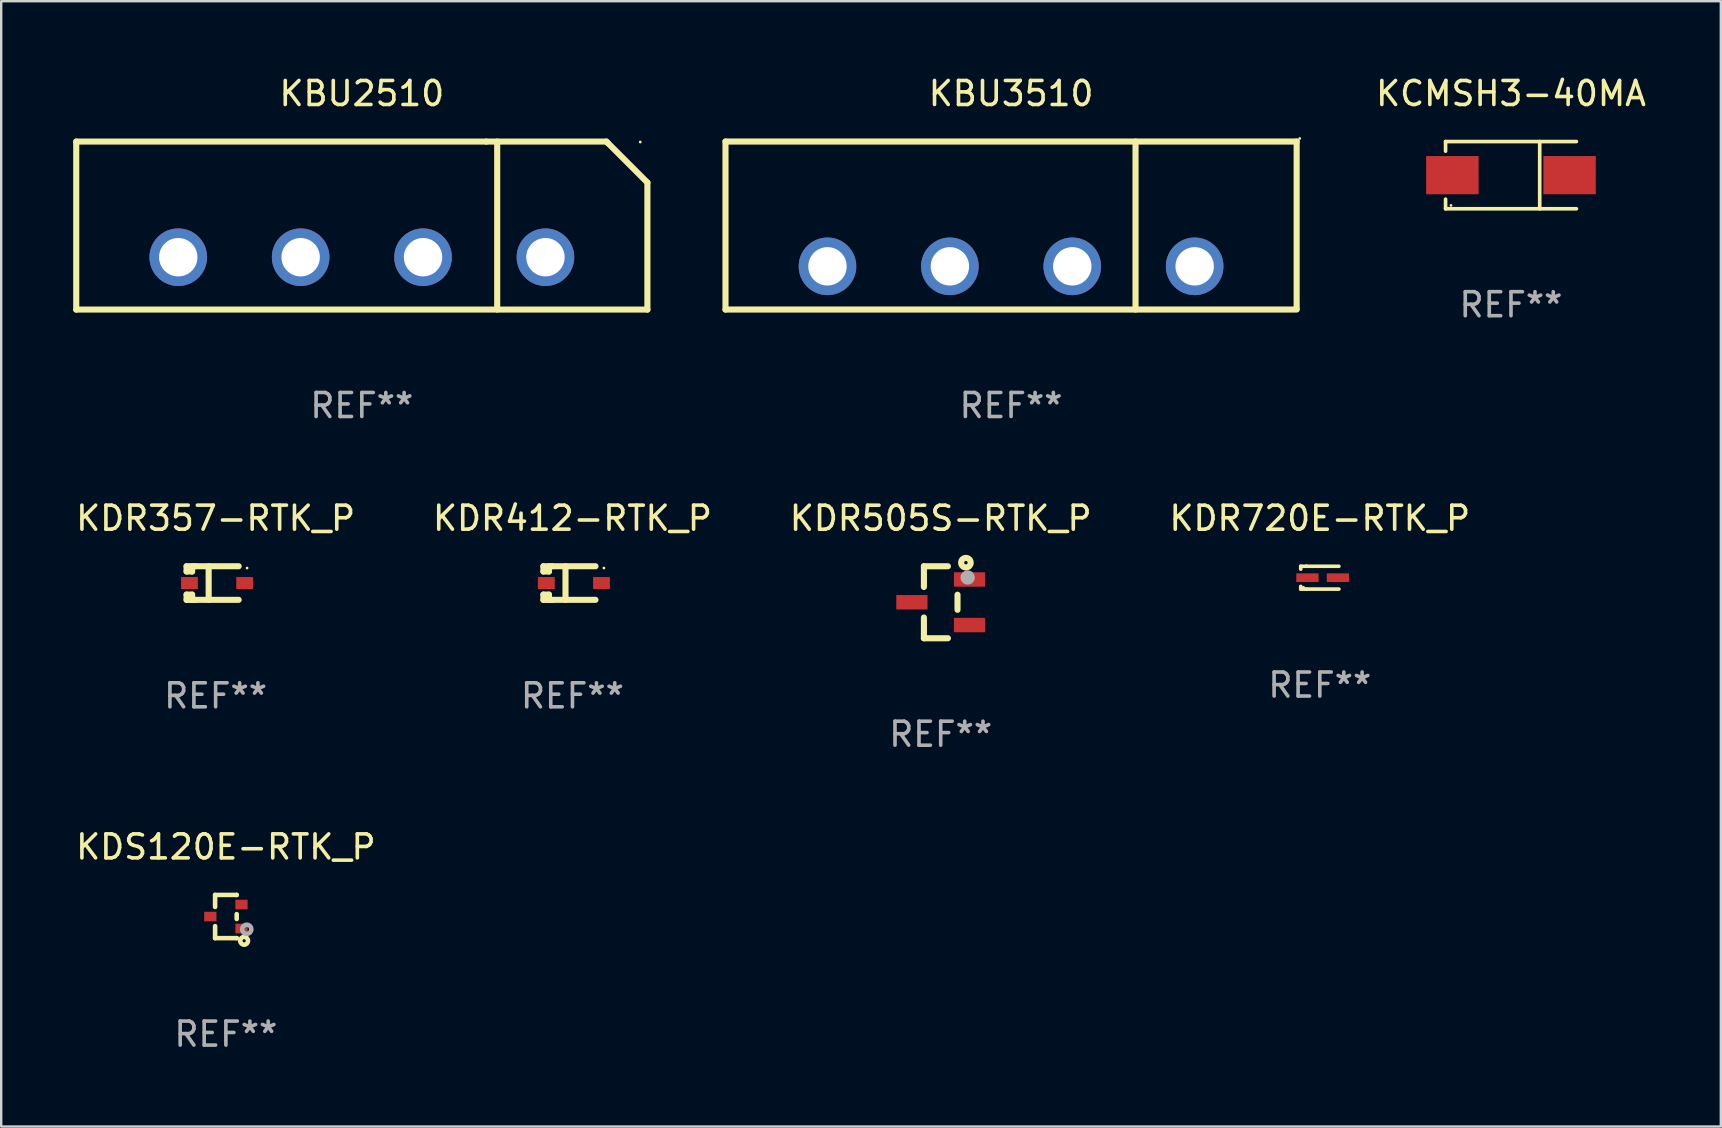
<source format=kicad_pcb>
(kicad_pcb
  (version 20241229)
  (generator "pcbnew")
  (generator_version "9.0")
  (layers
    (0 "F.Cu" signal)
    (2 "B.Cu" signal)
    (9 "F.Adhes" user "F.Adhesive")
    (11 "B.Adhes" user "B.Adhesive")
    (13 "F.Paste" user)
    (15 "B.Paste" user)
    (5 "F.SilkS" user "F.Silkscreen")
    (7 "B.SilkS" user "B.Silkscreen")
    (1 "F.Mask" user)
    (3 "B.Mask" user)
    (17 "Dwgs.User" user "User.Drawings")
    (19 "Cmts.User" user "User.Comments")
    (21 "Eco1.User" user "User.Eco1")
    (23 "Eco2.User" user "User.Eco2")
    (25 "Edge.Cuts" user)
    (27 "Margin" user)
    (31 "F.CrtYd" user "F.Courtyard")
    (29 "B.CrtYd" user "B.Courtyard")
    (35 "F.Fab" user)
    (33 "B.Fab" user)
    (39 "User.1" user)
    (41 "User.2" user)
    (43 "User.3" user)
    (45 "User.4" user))
  (footprint "KBU3510"
    (layer "F.Cu")
    (at 39.081 6.348)
    (property "Reference" "KBU3510" (at 0 -5.5 0) (layer "F.SilkS") (effects (font (size 1 1) (thickness 0.15))))
    (attr through_hole)
    (fp_line (start -11.9 -3.5) (end -11.9 3.5) (stroke (width 0.254) (type solid)) (layer "F.SilkS"))
    (fp_line (start -11.9 -3.5) (end 11.9 -3.5) (stroke (width 0.254) (type solid)) (layer "F.SilkS"))
    (fp_line (start -11.9 3.5) (end 11.9 3.5) (stroke (width 0.254) (type solid)) (layer "F.SilkS"))
    (fp_line (start 5.186 -3.5) (end 5.186 3.5) (stroke (width 0.254) (type solid)) (layer "F.SilkS"))
    (fp_line (start 11.9 -3.5) (end 11.9 3.478) (stroke (width 0.254) (type solid)) (layer "F.SilkS"))
    (fp_circle (center 12.027 -3.627) (end 12.057 -3.627) (stroke (width 0.06) (type solid)) (fill no) (layer "F.SilkS"))
    (fp_text user "-" (at -8.509 0.049 0) (layer "B.Mask") (effects (font (size 1 1) (thickness 0.15))))
    (fp_text user "&#126;" (at -3.43 -0.131 0) (layer "B.Mask") (effects (font (size 1 1) (thickness 0.15))))
    (fp_text user "+" (at 6.731 -0.086 0) (layer "B.Mask") (effects (font (size 1 1) (thickness 0.15))))
    (fp_text user "&#126;" (at 1.651 -0.131 0) (layer "B.Mask") (effects (font (size 1 1) (thickness 0.15))))
    (fp_text user "REF**" (at 0 7.5 0) (layer "F.Fab") (effects (font (size 1 1) (thickness 0.15))))
    (pad "1" thru_hole circle (at 7.65 1.7) (size 2.4 2.4) (drill 1.6) (layers "*.Cu" "*.Mask"))
    (pad "2" thru_hole circle (at 2.55 1.7) (size 2.4 2.4) (drill 1.6) (layers "*.Cu" "*.Mask"))
    (pad "3" thru_hole circle (at -2.55 1.7) (size 2.4 2.4) (drill 1.6) (layers "*.Cu" "*.Mask"))
    (pad "4" thru_hole circle (at -7.65 1.7) (size 2.4 2.4) (drill 1.6) (layers "*.Cu" "*.Mask")))
  (footprint "KDR412-RTK_P"
    (layer "F.Cu")
    (at 20.804 21.246)
    (property "Reference" "KDR412-RTK_P" (at 0 -2.701 0) (layer "F.SilkS") (effects (font (size 1 1) (thickness 0.15))))
    (attr through_hole)
    (fp_line (start -1.21 -0.701) (end -1.21 -0.482) (stroke (width 0.254) (type solid)) (layer "F.SilkS"))
    (fp_line (start -1.21 0.48) (end -1.21 0.701) (stroke (width 0.254) (type solid)) (layer "F.SilkS"))
    (fp_line (start -1.21 0.48) (end -0.98 0.48) (stroke (width 0.254) (type solid)) (layer "F.SilkS"))
    (fp_line (start -1.21 0.701) (end -0.839 0.701) (stroke (width 0.254) (type solid)) (layer "F.SilkS"))
    (fp_line (start -0.98 -0.701) (end -0.98 -0.482) (stroke (width 0.254) (type solid)) (layer "F.SilkS"))
    (fp_line (start -0.98 -0.482) (end -1.21 -0.482) (stroke (width 0.254) (type solid)) (layer "F.SilkS"))
    (fp_line (start -0.98 0.481) (end -0.98 0.701) (stroke (width 0.254) (type solid)) (layer "F.SilkS"))
    (fp_line (start -0.84 -0.701) (end -1.21 -0.701) (stroke (width 0.254) (type solid)) (layer "F.SilkS"))
    (fp_line (start -0.84 -0.701) (end 0.96 -0.701) (stroke (width 0.254) (type solid)) (layer "F.SilkS"))
    (fp_line (start -0.84 0.699) (end 0.96 0.699) (stroke (width 0.254) (type solid)) (layer "F.SilkS"))
    (fp_line (start -0.29 0.699) (end -0.29 -0.701) (stroke (width 0.254) (type solid)) (layer "F.SilkS"))
    (fp_circle (center 1.31 -0.626) (end 1.34 -0.626) (stroke (width 0.06) (type solid)) (fill no) (layer "F.SilkS"))
    (fp_text user "REF**" (at 0 4.701 0) (layer "F.Fab") (effects (font (size 1 1) (thickness 0.15))))
    (pad "1" smd rect (at 1.21 -0.001 180) (size 0.7 0.5) (layers "F.Cu" "F.Mask" "F.Paste"))
    (pad "2" smd rect (at -1.09 -0.001 180) (size 0.7 0.5) (layers "F.Cu" "F.Mask" "F.Paste")))
  (footprint "KCMSH3-40MA"
    (layer "F.Cu")
    (at 59.912 4.249)
    (property "Reference" "KCMSH3-40MA" (at 0 -3.401 0) (layer "F.SilkS") (effects (font (size 1 1) (thickness 0.15))))
    (attr through_hole)
    (fp_line (start -2.726 -1.401) (end -2.726 -1) (stroke (width 0.152) (type solid)) (layer "F.SilkS"))
    (fp_line (start -2.726 1.401) (end -2.726 1) (stroke (width 0.152) (type solid)) (layer "F.SilkS"))
    (fp_line (start 1.197 1.401) (end 1.197 -1.401) (stroke (width 0.152) (type solid)) (layer "F.SilkS"))
    (fp_line (start 2.726 -1.401) (end -2.726 -1.401) (stroke (width 0.152) (type solid)) (layer "F.SilkS"))
    (fp_line (start 2.726 1.401) (end -2.726 1.401) (stroke (width 0.152) (type solid)) (layer "F.SilkS"))
    (fp_circle (center -2.5 1.26) (end -2.47 1.26) (stroke (width 0.06) (type solid)) (fill no) (layer "F.SilkS"))
    (fp_text user "REF**" (at 0 5.401 0) (layer "F.Fab") (effects (font (size 1 1) (thickness 0.15))))
    (pad "1" smd rect (at -2.442 0) (size 2.185 1.593) (layers "F.Cu" "F.Mask" "F.Paste"))
    (pad "2" smd rect (at 2.442 0) (size 2.185 1.593) (layers "F.Cu" "F.Mask" "F.Paste")))
  (footprint "KDR720E-RTK_P"
    (layer "F.Cu")
    (at 51.946 21.022)
    (property "Reference" "KDR720E-RTK_P" (at 0 -2.476 0) (layer "F.SilkS") (effects (font (size 1 1) (thickness 0.15))))
    (attr through_hole)
    (fp_line (start -0.795 -0.476) (end -0.795 -0.356) (stroke (width 0.152) (type solid)) (layer "F.SilkS"))
    (fp_line (start -0.795 0.363) (end -0.795 0.476) (stroke (width 0.152) (type solid)) (layer "F.SilkS"))
    (fp_line (start -0.795 0.476) (end -0.557 0.476) (stroke (width 0.152) (type solid)) (layer "F.SilkS"))
    (fp_line (start -0.557 -0.476) (end -0.795 -0.476) (stroke (width 0.152) (type solid)) (layer "F.SilkS"))
    (fp_line (start -0.557 -0.476) (end 0.795 -0.476) (stroke (width 0.152) (type solid)) (layer "F.SilkS"))
    (fp_line (start -0.557 0.476) (end 0.795 0.476) (stroke (width 0.152) (type solid)) (layer "F.SilkS"))
    (fp_circle (center -0.681 0.4) (end -0.651 0.4) (stroke (width 0.06) (type solid)) (fill no) (layer "F.SilkS"))
    (fp_text user "REF**" (at 0 4.476 0) (layer "F.Fab") (effects (font (size 1 1) (thickness 0.15))))
    (pad "1" smd rect (at -0.516 0 180) (size 0.93 0.36) (layers "F.Cu" "F.Mask" "F.Paste"))
    (pad "2" smd rect (at 0.754 0 180) (size 0.93 0.36) (layers "F.Cu" "F.Mask" "F.Paste")))
  (footprint "KDR357-RTK_P"
    (layer "F.Cu")
    (at 5.935 21.246)
    (property "Reference" "KDR357-RTK_P" (at 0 -2.701 0) (layer "F.SilkS") (effects (font (size 1 1) (thickness 0.15))))
    (attr through_hole)
    (fp_line (start -1.21 -0.701) (end -1.21 -0.482) (stroke (width 0.254) (type solid)) (layer "F.SilkS"))
    (fp_line (start -1.21 0.48) (end -1.21 0.701) (stroke (width 0.254) (type solid)) (layer "F.SilkS"))
    (fp_line (start -1.21 0.48) (end -0.98 0.48) (stroke (width 0.254) (type solid)) (layer "F.SilkS"))
    (fp_line (start -1.21 0.701) (end -0.839 0.701) (stroke (width 0.254) (type solid)) (layer "F.SilkS"))
    (fp_line (start -0.98 -0.701) (end -0.98 -0.482) (stroke (width 0.254) (type solid)) (layer "F.SilkS"))
    (fp_line (start -0.98 -0.482) (end -1.21 -0.482) (stroke (width 0.254) (type solid)) (layer "F.SilkS"))
    (fp_line (start -0.98 0.481) (end -0.98 0.701) (stroke (width 0.254) (type solid)) (layer "F.SilkS"))
    (fp_line (start -0.84 -0.701) (end -1.21 -0.701) (stroke (width 0.254) (type solid)) (layer "F.SilkS"))
    (fp_line (start -0.84 -0.701) (end 0.96 -0.701) (stroke (width 0.254) (type solid)) (layer "F.SilkS"))
    (fp_line (start -0.84 0.699) (end 0.96 0.699) (stroke (width 0.254) (type solid)) (layer "F.SilkS"))
    (fp_line (start -0.29 0.699) (end -0.29 -0.701) (stroke (width 0.254) (type solid)) (layer "F.SilkS"))
    (fp_circle (center 1.31 -0.626) (end 1.34 -0.626) (stroke (width 0.06) (type solid)) (fill no) (layer "F.SilkS"))
    (fp_text user "REF**" (at 0 4.701 0) (layer "F.Fab") (effects (font (size 1 1) (thickness 0.15))))
    (pad "1" smd rect (at 1.21 -0.001 180) (size 0.7 0.5) (layers "F.Cu" "F.Mask" "F.Paste"))
    (pad "2" smd rect (at -1.09 -0.001 180) (size 0.7 0.5) (layers "F.Cu" "F.Mask" "F.Paste")))
  (footprint "KDR505S-RTK_P"
    (layer "F.Cu")
    (at 36.149 22.046)
    (property "Reference" "KDR505S-RTK_P" (at 0 -3.5 0) (layer "F.SilkS") (effects (font (size 1 1) (thickness 0.15))))
    (attr through_hole)
    (fp_line (start -0.7 -1.5) (end 0.3 -1.5) (stroke (width 0.254) (type solid)) (layer "F.SilkS"))
    (fp_line (start -0.7 -0.636) (end -0.7 -1.5) (stroke (width 0.254) (type solid)) (layer "F.SilkS"))
    (fp_line (start -0.7 1.5) (end -0.7 0.636) (stroke (width 0.254) (type solid)) (layer "F.SilkS"))
    (fp_line (start -0.7 1.5) (end 0.3 1.5) (stroke (width 0.254) (type solid)) (layer "F.SilkS"))
    (fp_line (start 0.7 0.314) (end 0.7 -0.314) (stroke (width 0.254) (type solid)) (layer "F.SilkS"))
    (fp_circle (center 1.05 -1.65) (end 1.122 -1.65) (stroke (width 0.254) (type solid)) (fill no) (layer "F.SilkS"))
    (fp_circle (center 1.2 -1.45) (end 1.23 -1.45) (stroke (width 0.06) (type solid)) (fill no) (layer "F.SilkS"))
    (fp_circle (center 1.123 -1.032) (end 1.273 -1.032) (stroke (width 0.3) (type solid)) (fill no) (layer "F.Fab"))
    (fp_text user "REF**" (at 0 5.5 0) (layer "F.Fab") (effects (font (size 1 1) (thickness 0.15))))
    (pad "1" smd rect (at 1.2 -0.95 180) (size 1.3 0.6) (layers "F.Cu" "F.Mask" "F.Paste"))
    (pad "2" smd rect (at 1.2 0.95 180) (size 1.3 0.6) (layers "F.Cu" "F.Mask" "F.Paste"))
    (pad "3" smd rect (at -1.2 -0.000051 180) (size 1.3 0.6) (layers "F.Cu" "F.Mask" "F.Paste")))
  (footprint "KDS120E-RTK_P"
    (layer "F.Cu")
    (at 6.363 35.142)
    (property "Reference" "KDS120E-RTK_P" (at 0 -2.9 0) (layer "F.SilkS") (effects (font (size 1 1) (thickness 0.15))))
    (attr through_hole)
    (fp_line (start -0.45 -0.9) (end 0.45 -0.9) (stroke (width 0.19) (type solid)) (layer "F.SilkS"))
    (fp_line (start -0.45 -0.399) (end -0.45 -0.9) (stroke (width 0.19) (type solid)) (layer "F.SilkS"))
    (fp_line (start -0.45 0.9) (end -0.45 0.399) (stroke (width 0.19) (type solid)) (layer "F.SilkS"))
    (fp_line (start -0.45 0.9) (end 0.45 0.9) (stroke (width 0.19) (type solid)) (layer "F.SilkS"))
    (fp_line (start 0.45 -0.899) (end 0.45 -0.9) (stroke (width 0.19) (type solid)) (layer "F.SilkS"))
    (fp_line (start 0.45 0.101) (end 0.45 -0.101) (stroke (width 0.19) (type solid)) (layer "F.SilkS"))
    (fp_line (start 0.45 0.9) (end 0.45 0.899) (stroke (width 0.19) (type solid)) (layer "F.SilkS"))
    (fp_circle (center 0.76 1.01) (end 0.827 1.01) (stroke (width 0.19) (type solid)) (fill no) (layer "F.SilkS"))
    (fp_circle (center 0.8 0.8) (end 0.81 0.8) (stroke (width 0.02) (type solid)) (fill no) (layer "F.SilkS"))
    (fp_circle (center 0.87 0.53) (end 0.964 0.53) (stroke (width 0.19) (type solid)) (fill no) (layer "F.Fab"))
    (fp_text user "REF**" (at 0 4.9 0) (layer "F.Fab") (effects (font (size 1 1) (thickness 0.15))))
    (pad "1" smd rect (at 0.65 0.5 90) (size 0.4 0.51) (layers "F.Cu" "F.Mask" "F.Paste"))
    (pad "2" smd rect (at 0.65 -0.5 90) (size 0.4 0.51) (layers "F.Cu" "F.Mask" "F.Paste"))
    (pad "3" smd rect (at -0.65 0.000127 90) (size 0.4 0.51) (layers "F.Cu" "F.Mask" "F.Paste")))
  (footprint "KBU2510"
    (layer "F.Cu")
    (at 12.027 6.349)
    (property "Reference" "KBU2510" (at 0 -5.501 0) (layer "F.SilkS") (effects (font (size 1 1) (thickness 0.15))))
    (attr through_hole)
    (fp_line (start -11.9 -3.5) (end -11.9 3.501) (stroke (width 0.254) (type solid)) (layer "F.SilkS"))
    (fp_line (start -11.9 -3.5) (end 5.186 -3.5) (stroke (width 0.254) (type solid)) (layer "F.SilkS"))
    (fp_line (start -11.9 3.501) (end 11.9 3.501) (stroke (width 0.254) (type solid)) (layer "F.SilkS"))
    (fp_line (start 5.641 -3.501) (end 5.641 3.5) (stroke (width 0.254) (type solid)) (layer "F.SilkS"))
    (fp_line (start 10.192 -3.5) (end 5.186 -3.5) (stroke (width 0.254) (type solid)) (layer "F.SilkS"))
    (fp_line (start 10.261 -3.431) (end 10.192 -3.5) (stroke (width 0.254) (type solid)) (layer "F.SilkS"))
    (fp_line (start 11.9 -1.792) (end 10.261 -3.431) (stroke (width 0.254) (type solid)) (layer "F.SilkS"))
    (fp_line (start 11.9 3.501) (end 11.9 -1.792) (stroke (width 0.254) (type solid)) (layer "F.SilkS"))
    (fp_circle (center 11.601 -3.481) (end 11.631 -3.481) (stroke (width 0.06) (type solid)) (fill no) (layer "F.SilkS"))
    (fp_text user "-" (at -8.509 -1.651 0) (layer "B.Mask") (effects (font (size 1 1) (thickness 0.15))))
    (fp_text user "&#126;" (at 1.65 -1.831 0) (layer "B.Mask") (effects (font (size 1 1) (thickness 0.15))))
    (fp_text user "&#126;" (at -3.43 -1.831 0) (layer "B.Mask") (effects (font (size 1 1) (thickness 0.15))))
    (fp_text user "+" (at 6.73 -1.785 0) (layer "B.Mask") (effects (font (size 1 1) (thickness 0.15))))
    (fp_text user "REF**" (at 0 7.501 0) (layer "F.Fab") (effects (font (size 1 1) (thickness 0.15))))
    (pad "1" thru_hole circle (at 7.651 1.319) (size 2.4 2.4) (drill 1.6) (layers "*.Cu" "*.Mask"))
    (pad "2" thru_hole circle (at 2.551 1.319) (size 2.4 2.4) (drill 1.6) (layers "*.Cu" "*.Mask"))
    (pad "3" thru_hole circle (at -2.549 1.319) (size 2.4 2.4) (drill 1.6) (layers "*.Cu" "*.Mask"))
    (pad "4" thru_hole circle (at -7.649 1.319) (size 2.4 2.4) (drill 1.6) (layers "*.Cu" "*.Mask")))
  (gr_rect
    (start -3 -3)
    (end 68.656 43.891)
    (stroke (width 0.1) (type default))
    (fill no)
    (layer "Edge.Cuts")))
</source>
